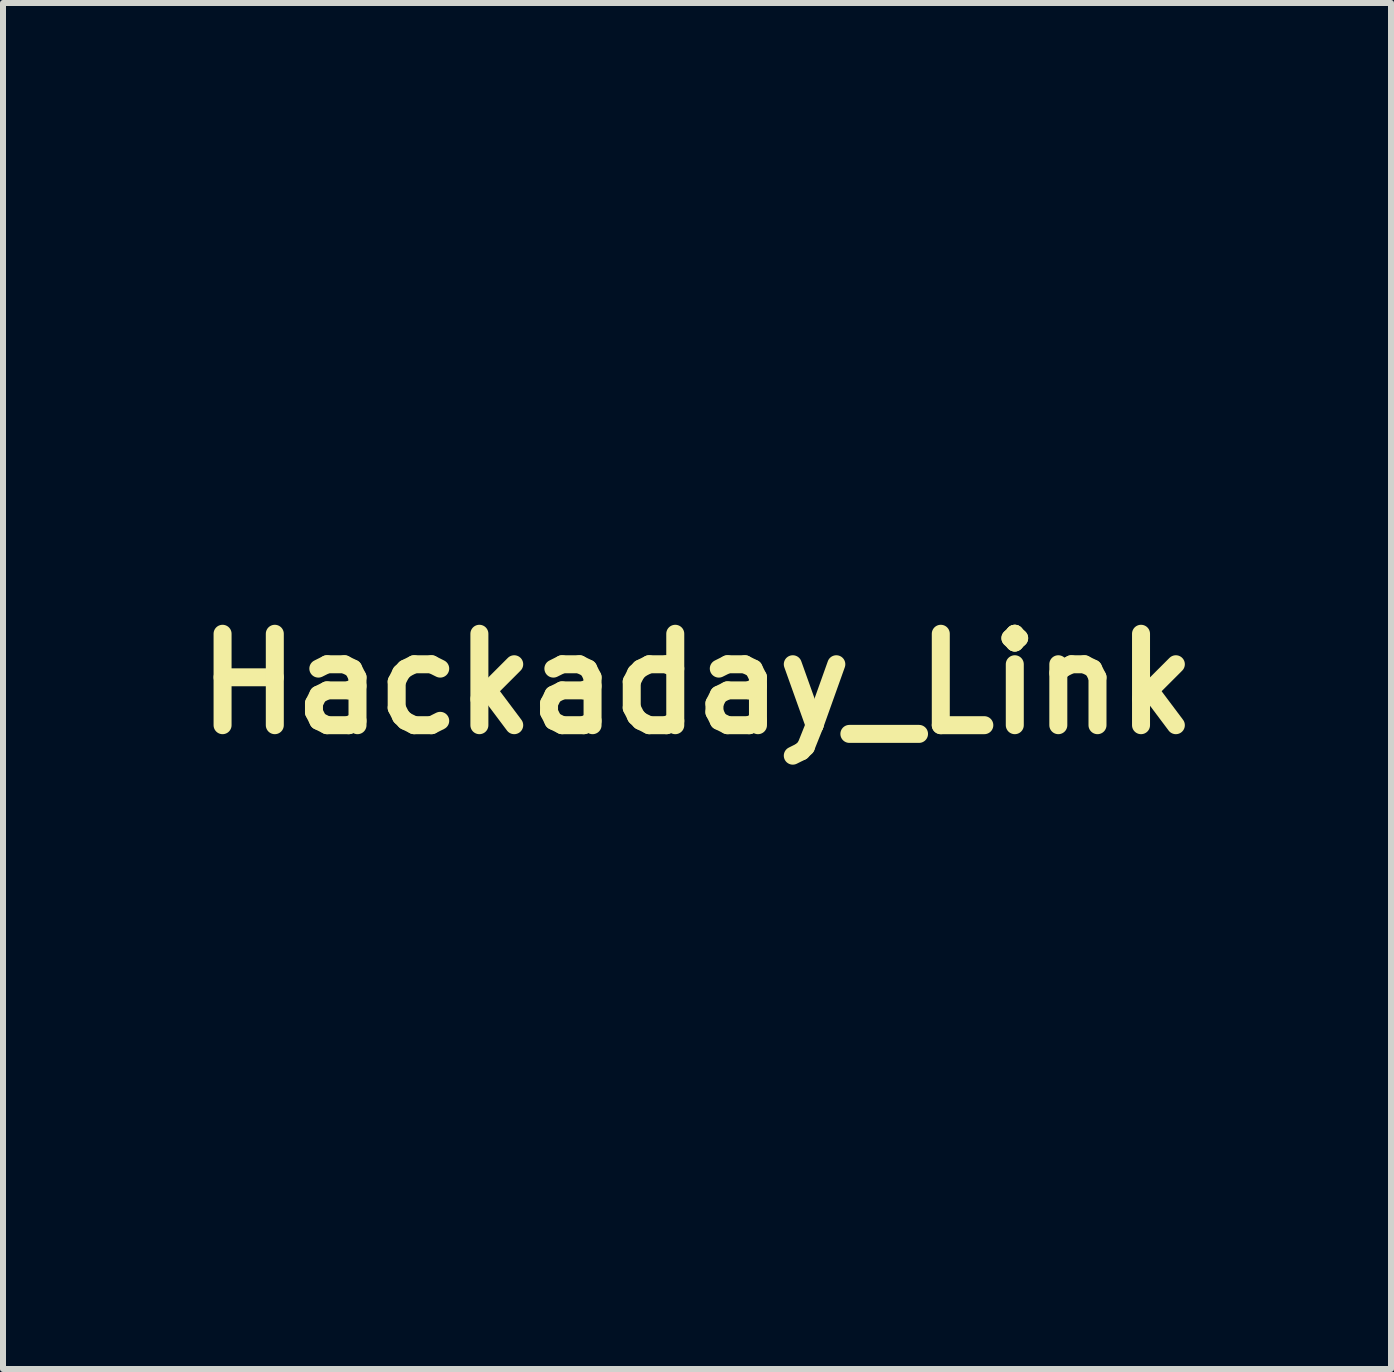
<source format=kicad_pcb>
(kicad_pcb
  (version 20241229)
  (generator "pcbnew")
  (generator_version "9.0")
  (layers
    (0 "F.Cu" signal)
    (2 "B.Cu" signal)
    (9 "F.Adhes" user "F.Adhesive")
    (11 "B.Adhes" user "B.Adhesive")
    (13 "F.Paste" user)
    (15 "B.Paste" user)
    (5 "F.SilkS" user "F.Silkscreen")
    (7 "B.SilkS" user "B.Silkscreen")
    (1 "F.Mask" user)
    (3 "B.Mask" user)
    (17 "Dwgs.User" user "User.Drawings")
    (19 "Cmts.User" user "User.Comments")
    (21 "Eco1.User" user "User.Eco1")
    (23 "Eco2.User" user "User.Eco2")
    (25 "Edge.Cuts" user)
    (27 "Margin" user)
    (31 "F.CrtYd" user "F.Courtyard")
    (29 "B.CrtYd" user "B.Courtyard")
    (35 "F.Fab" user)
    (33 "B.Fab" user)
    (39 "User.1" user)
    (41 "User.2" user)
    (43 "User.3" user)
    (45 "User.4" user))
  (footprint "Hackaday_Link"
    (layer "F.Cu")
    (at 8.571 8.351)
    (property "Reference" "Hackaday_Link" (at 0 0 0) (layer "F.SilkS") (effects (font (size 1.524 1.524) (thickness 0.3))))
    (attr through_hole)
    (fp_poly (pts (xy -2.333 2.842) (xy -2.264 2.905) (xy -2.25 3.065) (xy -2.25 3.084) (xy -2.261 3.255) (xy -2.324 3.324) (xy -2.484 3.338) (xy -2.504 3.338) (xy -2.674 3.327) (xy -2.744 3.264) (xy -2.758 3.104) (xy -2.758 3.084) (xy -2.746 2.914) (xy -2.683 2.844) (xy -2.523 2.83) (xy -2.504 2.83) (xy -2.333 2.842)) (stroke (width 0.01) (type solid)) (fill yes) (layer "F.Mask"))
    (fp_poly (pts (xy -1.317 0.302) (xy -1.248 0.365) (xy -1.234 0.525) (xy -1.234 0.544) (xy -1.245 0.715) (xy -1.308 0.784) (xy -1.468 0.798) (xy -1.488 0.798) (xy -1.658 0.787) (xy -1.728 0.724) (xy -1.742 0.564) (xy -1.742 0.544) (xy -1.73 0.374) (xy -1.667 0.304) (xy -1.507 0.29) (xy -1.488 0.29) (xy -1.317 0.302)) (stroke (width 0.01) (type solid)) (fill yes) (layer "F.Mask"))
    (fp_poly (pts (xy 4.862 0.544) (xy 4.851 0.715) (xy 4.788 0.784) (xy 4.628 0.798) (xy 4.608 0.798) (xy 4.354 0.798) (xy 4.354 2.83) (xy 3.846 2.83) (xy 3.846 1.814) (xy 3.592 1.814) (xy 3.422 1.803) (xy 3.352 1.74) (xy 3.338 1.58) (xy 3.338 1.56) (xy 3.35 1.39) (xy 3.413 1.32) (xy 3.573 1.306) (xy 3.592 1.306) (xy 3.846 1.306) (xy 3.846 0.29) (xy 4.862 0.29) (xy 4.862 0.544)) (stroke (width 0.01) (type solid)) (fill yes) (layer "F.Mask"))
    (fp_poly (pts (xy 4.862 4.862) (xy 3.338 4.862) (xy 3.338 4.1) (xy 3.846 4.1) (xy 3.858 4.271) (xy 3.921 4.34) (xy 4.081 4.354) (xy 4.1 4.354) (xy 4.271 4.343) (xy 4.34 4.28) (xy 4.354 4.12) (xy 4.354 4.1) (xy 4.343 3.93) (xy 4.28 3.86) (xy 4.12 3.846) (xy 4.1 3.846) (xy 3.93 3.858) (xy 3.86 3.921) (xy 3.846 4.081) (xy 3.846 4.1) (xy 3.338 4.1) (xy 3.338 3.338) (xy 4.862 3.338) (xy 4.862 4.862)) (stroke (width 0.01) (type solid)) (fill yes) (layer "F.Mask"))
    (fp_poly (pts (xy 5.287 1.318) (xy 5.356 1.381) (xy 5.37 1.541) (xy 5.37 1.56) (xy 5.382 1.731) (xy 5.445 1.8) (xy 5.605 1.814) (xy 5.624 1.814) (xy 5.878 1.814) (xy 5.878 2.83) (xy 4.862 2.83) (xy 4.862 2.576) (xy 4.878 2.403) (xy 4.94 2.332) (xy 5.018 2.322) (xy 5.186 2.268) (xy 5.263 2.199) (xy 5.307 2.041) (xy 5.237 1.899) (xy 5.083 1.819) (xy 5.026 1.814) (xy 4.915 1.792) (xy 4.869 1.696) (xy 4.862 1.56) (xy 4.874 1.39) (xy 4.937 1.32) (xy 5.097 1.306) (xy 5.116 1.306) (xy 5.287 1.318)) (stroke (width 0.01) (type solid)) (fill yes) (layer "F.Mask"))
    (fp_poly (pts (xy -5.192 -6.784) (xy -4.947 -6.776) (xy -4.785 -6.754) (xy -4.675 -6.714) (xy -4.586 -6.649) (xy -4.519 -6.584) (xy -4.44 -6.502) (xy -4.385 -6.421) (xy -4.35 -6.315) (xy -4.33 -6.157) (xy -4.321 -5.922) (xy -4.318 -5.582) (xy -4.318 -5.351) (xy -4.318 -4.318) (xy -5.261 -4.303) (xy -5.629 -4.302) (xy -5.953 -4.31) (xy -6.202 -4.325) (xy -6.342 -4.346) (xy -6.35 -4.349) (xy -6.507 -4.449) (xy -6.64 -4.571) (xy -6.704 -4.659) (xy -6.747 -4.772) (xy -6.771 -4.94) (xy -6.783 -5.194) (xy -6.785 -5.552) (xy -6.314 -5.552) (xy -6.299 -5.234) (xy -6.242 -5.018) (xy -6.117 -4.885) (xy -5.903 -4.816) (xy -5.578 -4.791) (xy -5.407 -4.79) (xy -4.79 -4.79) (xy -4.79 -5.407) (xy -4.802 -5.785) (xy -4.85 -6.042) (xy -4.955 -6.2) (xy -5.134 -6.282) (xy -5.408 -6.312) (xy -5.552 -6.314) (xy -5.894 -6.294) (xy -6.118 -6.219) (xy -6.247 -6.065) (xy -6.304 -5.81) (xy -6.314 -5.552) (xy -6.785 -5.552) (xy -6.785 -5.558) (xy -6.784 -5.916) (xy -6.775 -6.16) (xy -6.754 -6.321) (xy -6.713 -6.43) (xy -6.647 -6.519) (xy -6.584 -6.584) (xy -6.492 -6.671) (xy -6.4 -6.728) (xy -6.278 -6.762) (xy -6.094 -6.779) (xy -5.819 -6.785) (xy -5.552 -6.785) (xy -5.192 -6.784)) (stroke (width 0.01) (type solid)) (fill yes) (layer "F.Mask"))
    (fp_poly (pts (xy -4.318 5.423) (xy -4.319 5.829) (xy -4.324 6.117) (xy -4.338 6.312) (xy -4.364 6.442) (xy -4.408 6.533) (xy -4.474 6.612) (xy -4.519 6.657) (xy -4.619 6.748) (xy -4.721 6.808) (xy -4.86 6.843) (xy -5.069 6.862) (xy -5.383 6.873) (xy -5.462 6.875) (xy -5.791 6.876) (xy -6.076 6.866) (xy -6.28 6.846) (xy -6.35 6.829) (xy -6.507 6.728) (xy -6.64 6.605) (xy -6.704 6.517) (xy -6.747 6.404) (xy -6.771 6.236) (xy -6.783 5.982) (xy -6.785 5.624) (xy -6.314 5.624) (xy -6.294 5.967) (xy -6.219 6.191) (xy -6.065 6.32) (xy -5.81 6.377) (xy -5.552 6.386) (xy -5.267 6.376) (xy -5.083 6.338) (xy -4.958 6.263) (xy -4.935 6.241) (xy -4.862 6.146) (xy -4.818 6.015) (xy -4.796 5.814) (xy -4.79 5.507) (xy -4.79 5.479) (xy -4.79 4.862) (xy -5.407 4.862) (xy -5.785 4.874) (xy -6.042 4.923) (xy -6.2 5.027) (xy -6.282 5.207) (xy -6.312 5.48) (xy -6.314 5.624) (xy -6.785 5.624) (xy -6.785 5.618) (xy -6.784 5.26) (xy -6.775 5.016) (xy -6.754 4.855) (xy -6.713 4.746) (xy -6.647 4.656) (xy -6.584 4.592) (xy -6.502 4.513) (xy -6.421 4.458) (xy -6.315 4.422) (xy -6.157 4.402) (xy -5.922 4.393) (xy -5.582 4.391) (xy -5.351 4.391) (xy -4.318 4.391) (xy -4.318 5.423)) (stroke (width 0.01) (type solid)) (fill yes) (layer "F.Mask"))
    (fp_poly (pts (xy 5.984 -6.784) (xy 6.229 -6.776) (xy 6.391 -6.754) (xy 6.501 -6.714) (xy 6.59 -6.649) (xy 6.657 -6.584) (xy 6.743 -6.492) (xy 6.801 -6.4) (xy 6.835 -6.278) (xy 6.852 -6.094) (xy 6.857 -5.819) (xy 6.858 -5.552) (xy 6.857 -5.192) (xy 6.848 -4.947) (xy 6.827 -4.785) (xy 6.787 -4.675) (xy 6.721 -4.586) (xy 6.657 -4.519) (xy 6.572 -4.439) (xy 6.487 -4.383) (xy 6.375 -4.346) (xy 6.208 -4.323) (xy 5.959 -4.309) (xy 5.602 -4.298) (xy 5.441 -4.294) (xy 5.029 -4.287) (xy 4.74 -4.289) (xy 4.552 -4.301) (xy 4.444 -4.326) (xy 4.392 -4.365) (xy 4.385 -4.38) (xy 4.371 -4.491) (xy 4.362 -4.716) (xy 4.36 -5.023) (xy 4.365 -5.382) (xy 4.366 -5.407) (xy 4.862 -5.407) (xy 4.862 -4.79) (xy 5.479 -4.79) (xy 5.796 -4.795) (xy 6.003 -4.815) (xy 6.138 -4.857) (xy 6.235 -4.928) (xy 6.241 -4.935) (xy 6.326 -5.053) (xy 6.37 -5.22) (xy 6.386 -5.479) (xy 6.386 -5.552) (xy 6.366 -5.894) (xy 6.291 -6.118) (xy 6.138 -6.247) (xy 5.882 -6.304) (xy 5.624 -6.314) (xy 5.307 -6.299) (xy 5.091 -6.242) (xy 4.958 -6.117) (xy 4.889 -5.903) (xy 4.864 -5.578) (xy 4.862 -5.407) (xy 4.366 -5.407) (xy 4.367 -5.436) (xy 4.378 -5.824) (xy 4.391 -6.095) (xy 4.413 -6.277) (xy 4.449 -6.399) (xy 4.504 -6.489) (xy 4.584 -6.576) (xy 4.592 -6.584) (xy 4.684 -6.671) (xy 4.776 -6.728) (xy 4.899 -6.762) (xy 5.082 -6.779) (xy 5.358 -6.785) (xy 5.624 -6.785) (xy 5.984 -6.784)) (stroke (width 0.01) (type solid)) (fill yes) (layer "F.Mask"))
    (fp_poly (pts (xy 8.418 8.418) (xy -8.346 8.418) (xy -8.346 5.624) (xy -7.33 5.624) (xy -7.326 5.998) (xy -7.311 6.263) (xy -7.28 6.458) (xy -7.227 6.619) (xy -7.163 6.752) (xy -6.996 7.005) (xy -6.788 7.187) (xy -6.517 7.308) (xy -6.157 7.376) (xy -5.684 7.401) (xy -5.552 7.402) (xy -5.178 7.399) (xy -4.913 7.384) (xy -4.718 7.353) (xy -4.557 7.299) (xy -4.424 7.235) (xy -4.327 7.161) (xy -3.211 7.161) (xy -3.167 7.272) (xy -3.048 7.347) (xy -2.831 7.394) (xy -2.561 7.414) (xy -2.282 7.406) (xy -2.039 7.37) (xy -1.877 7.306) (xy -1.849 7.279) (xy -1.797 7.135) (xy -1.84 7.025) (xy -1.959 6.95) (xy -2.177 6.902) (xy -2.447 6.882) (xy -2.726 6.89) (xy -2.969 6.926) (xy -3.131 6.991) (xy -3.159 7.018) (xy -3.211 7.161) (xy -4.327 7.161) (xy -4.111 6.997) (xy -3.941 6.752) (xy -3.881 6.629) (xy -3.837 6.507) (xy -3.807 6.359) (xy -3.788 6.161) (xy -3.778 5.887) (xy -3.774 5.513) (xy -3.774 5.37) (xy -3.266 5.37) (xy -3.266 6.386) (xy -1.742 6.386) (xy -1.742 6.132) (xy -1.73 5.962) (xy -1.667 5.892) (xy -1.507 5.878) (xy -1.488 5.878) (xy -1.317 5.89) (xy -1.248 5.953) (xy -1.234 6.113) (xy -1.234 6.132) (xy -1.248 6.305) (xy -1.31 6.376) (xy -1.398 6.386) (xy -1.572 6.439) (xy -1.669 6.568) (xy -1.661 6.726) (xy -1.635 6.771) (xy -1.491 6.873) (xy -1.389 6.894) (xy -1.283 6.919) (xy -1.24 7.021) (xy -1.234 7.148) (xy -1.234 7.402) (xy -0.824 7.402) (xy -0.552 7.387) (xy -0.389 7.337) (xy -0.325 7.279) (xy -0.281 7.121) (xy -0.351 6.979) (xy -0.505 6.899) (xy -0.562 6.894) (xy -0.673 6.872) (xy -0.719 6.776) (xy -0.726 6.64) (xy -0.721 6.583) (xy 0.786 6.583) (xy 0.794 6.862) (xy 0.83 7.105) (xy 0.895 7.267) (xy 0.922 7.295) (xy 1.065 7.347) (xy 1.176 7.304) (xy 1.243 7.237) (xy 1.283 7.118) (xy 1.302 6.915) (xy 1.306 6.649) (xy 1.3 6.341) (xy 1.276 6.145) (xy 1.228 6.031) (xy 1.183 5.985) (xy 1.039 5.933) (xy 0.929 5.977) (xy 0.854 6.096) (xy 0.806 6.313) (xy 0.786 6.583) (xy -0.721 6.583) (xy -0.71 6.467) (xy -0.648 6.396) (xy -0.57 6.386) (xy -0.402 6.332) (xy -0.325 6.263) (xy -0.281 6.105) (xy -0.351 5.963) (xy -0.505 5.883) (xy -0.562 5.878) (xy -0.648 5.868) (xy -0.697 5.818) (xy -0.719 5.695) (xy -0.726 5.468) (xy -0.726 5.37) (xy -0.726 5.272) (xy 0.29 5.272) (xy 0.305 5.544) (xy 0.356 5.707) (xy 0.414 5.771) (xy 0.572 5.815) (xy 0.714 5.745) (xy 0.793 5.591) (xy 0.798 5.534) (xy 0.821 5.423) (xy 0.916 5.377) (xy 1.052 5.37) (xy 1.223 5.382) (xy 1.292 5.445) (xy 1.306 5.605) (xy 1.306 5.624) (xy 1.306 5.878) (xy 2.322 5.878) (xy 2.322 4.354) (xy 2.83 4.354) (xy 2.83 5.37) (xy 3.084 5.37) (xy 3.255 5.382) (xy 3.324 5.445) (xy 3.338 5.605) (xy 3.338 5.624) (xy 3.327 5.795) (xy 3.264 5.864) (xy 3.104 5.878) (xy 3.084 5.878) (xy 2.83 5.878) (xy 2.83 7.402) (xy 3.846 7.402) (xy 3.846 7.148) (xy 3.852 7.077) (xy 4.429 7.077) (xy 4.435 7.238) (xy 4.453 7.272) (xy 4.54 7.351) (xy 4.697 7.391) (xy 4.952 7.402) (xy 5.37 7.402) (xy 5.37 7.148) (xy 5.385 6.975) (xy 5.446 6.905) (xy 5.534 6.894) (xy 5.708 6.841) (xy 5.72 6.825) (xy 6.383 6.825) (xy 6.394 7.052) (xy 6.457 7.236) (xy 6.51 7.295) (xy 6.67 7.352) (xy 6.798 7.28) (xy 6.876 7.095) (xy 6.894 6.903) (xy 6.86 6.64) (xy 6.765 6.481) (xy 6.624 6.442) (xy 6.517 6.485) (xy 6.424 6.617) (xy 6.383 6.825) (xy 5.72 6.825) (xy 5.805 6.712) (xy 5.797 6.554) (xy 5.771 6.51) (xy 5.664 6.431) (xy 5.469 6.393) (xy 5.272 6.386) (xy 4.862 6.386) (xy 4.862 6.64) (xy 4.847 6.814) (xy 4.785 6.885) (xy 4.707 6.894) (xy 4.53 6.948) (xy 4.429 7.077) (xy 3.852 7.077) (xy 3.861 6.975) (xy 3.922 6.905) (xy 4.01 6.894) (xy 4.184 6.841) (xy 4.281 6.712) (xy 4.273 6.554) (xy 4.247 6.51) (xy 4.104 6.408) (xy 4.002 6.386) (xy 3.92 6.375) (xy 3.874 6.32) (xy 3.852 6.189) (xy 3.846 5.952) (xy 3.846 5.878) (xy 3.846 5.37) (xy 4.354 5.37) (xy 4.354 5.78) (xy 4.369 6.052) (xy 4.42 6.215) (xy 4.478 6.279) (xy 4.636 6.323) (xy 4.778 6.253) (xy 4.84 6.132) (xy 5.878 6.132) (xy 5.89 6.303) (xy 5.953 6.372) (xy 6.113 6.386) (xy 6.132 6.386) (xy 6.303 6.375) (xy 6.372 6.312) (xy 6.386 6.152) (xy 6.386 6.132) (xy 6.375 5.962) (xy 6.312 5.892) (xy 6.152 5.878) (xy 6.132 5.878) (xy 5.962 5.89) (xy 5.892 5.953) (xy 5.878 6.113) (xy 5.878 6.132) (xy 4.84 6.132) (xy 4.857 6.099) (xy 4.862 6.042) (xy 4.875 5.95) (xy 4.935 5.901) (xy 5.077 5.881) (xy 5.28 5.878) (xy 5.542 5.867) (xy 5.696 5.825) (xy 5.714 5.809) (xy 6.891 5.809) (xy 6.902 6.036) (xy 6.965 6.22) (xy 7.018 6.279) (xy 7.178 6.336) (xy 7.306 6.264) (xy 7.384 6.079) (xy 7.402 5.887) (xy 7.368 5.624) (xy 7.273 5.465) (xy 7.132 5.426) (xy 7.025 5.469) (xy 6.932 5.601) (xy 6.891 5.809) (xy 5.714 5.809) (xy 5.78 5.748) (xy 5.812 5.586) (xy 5.731 5.446) (xy 5.567 5.373) (xy 5.526 5.37) (xy 5.419 5.345) (xy 5.376 5.244) (xy 5.371 5.136) (xy 5.935 5.136) (xy 5.977 5.24) (xy 6.09 5.331) (xy 6.298 5.368) (xy 6.386 5.37) (xy 6.63 5.348) (xy 6.769 5.275) (xy 6.796 5.24) (xy 6.838 5.076) (xy 6.753 4.95) (xy 6.555 4.876) (xy 6.386 4.862) (xy 6.128 4.897) (xy 5.972 4.993) (xy 5.935 5.136) (xy 5.371 5.136) (xy 5.37 5.116) (xy 5.382 4.946) (xy 5.445 4.876) (xy 5.605 4.862) (xy 5.624 4.862) (xy 5.878 4.862) (xy 5.878 3.846) (xy 6.132 3.846) (xy 6.306 3.862) (xy 6.377 3.924) (xy 6.386 4.002) (xy 6.441 4.17) (xy 6.51 4.247) (xy 6.668 4.291) (xy 6.81 4.221) (xy 6.889 4.067) (xy 6.894 4.01) (xy 6.934 3.879) (xy 7.05 3.846) (xy 7.227 3.793) (xy 7.327 3.663) (xy 7.321 3.502) (xy 7.304 3.469) (xy 7.217 3.389) (xy 7.06 3.349) (xy 6.804 3.338) (xy 6.386 3.338) (xy 6.386 1.814) (xy 6.894 1.814) (xy 6.894 0.29) (xy 7.402 0.29) (xy 7.402 -0.726) (xy 6.386 -0.726) (xy 6.386 -1.234) (xy 5.977 -1.234) (xy 5.705 -1.219) (xy 5.542 -1.168) (xy 5.477 -1.11) (xy 5.434 -0.952) (xy 5.503 -0.81) (xy 5.658 -0.731) (xy 5.714 -0.726) (xy 5.8 -0.716) (xy 5.849 -0.665) (xy 5.872 -0.542) (xy 5.878 -0.315) (xy 5.878 -0.218) (xy 5.878 0.29) (xy 6.386 0.29) (xy 6.386 1.306) (xy 6.132 1.306) (xy 5.962 1.295) (xy 5.892 1.232) (xy 5.878 1.072) (xy 5.878 1.052) (xy 5.867 0.882) (xy 5.804 0.812) (xy 5.644 0.798) (xy 5.624 0.798) (xy 5.37 0.798) (xy 5.37 -0.218) (xy 4.862 -0.218) (xy 4.596 -0.221) (xy 4.444 -0.238) (xy 4.374 -0.278) (xy 4.355 -0.35) (xy 4.354 -0.373) (xy 4.3 -0.541) (xy 4.231 -0.619) (xy 4.073 -0.662) (xy 3.931 -0.593) (xy 3.851 -0.438) (xy 3.846 -0.382) (xy 3.824 -0.27) (xy 3.728 -0.225) (xy 3.592 -0.218) (xy 3.422 -0.229) (xy 3.352 -0.292) (xy 3.338 -0.452) (xy 3.338 -0.472) (xy 3.327 -0.642) (xy 3.264 -0.712) (xy 3.104 -0.726) (xy 3.084 -0.726) (xy 2.911 -0.741) (xy 2.84 -0.803) (xy 2.83 -0.881) (xy 2.777 -1.058) (xy 2.647 -1.159) (xy 2.486 -1.153) (xy 2.453 -1.135) (xy 2.398 -1.085) (xy 2.361 -1) (xy 2.338 -0.853) (xy 2.327 -0.62) (xy 2.323 -0.275) (xy 2.322 -0.128) (xy 2.322 0.798) (xy 1.814 0.798) (xy 1.814 1.208) (xy 1.829 1.48) (xy 1.88 1.643) (xy 1.938 1.707) (xy 2.096 1.751) (xy 2.238 1.681) (xy 2.317 1.527) (xy 2.322 1.47) (xy 2.345 1.359) (xy 2.44 1.313) (xy 2.576 1.306) (xy 2.83 1.306) (xy 2.83 3.846) (xy 2.576 3.846) (xy 2.406 3.835) (xy 2.336 3.772) (xy 2.322 3.612) (xy 2.322 3.592) (xy 2.311 3.422) (xy 2.248 3.352) (xy 2.088 3.338) (xy 2.068 3.338) (xy 1.814 3.338) (xy 1.814 2.929) (xy 1.786 2.62) (xy 1.704 2.432) (xy 1.574 2.372) (xy 1.437 2.421) (xy 1.374 2.481) (xy 1.335 2.587) (xy 1.314 2.767) (xy 1.307 3.053) (xy 1.306 3.174) (xy 1.306 3.846) (xy 1.814 3.846) (xy 1.814 4.862) (xy 0.29 4.862) (xy 0.29 5.272) (xy -0.726 5.272) (xy -0.726 4.862) (xy 0.29 4.862) (xy 0.29 4.444) (xy 0.279 4.183) (xy 0.237 4.028) (xy 0.16 3.945) (xy -0.002 3.913) (xy -0.142 3.994) (xy -0.215 4.157) (xy -0.218 4.199) (xy -0.229 4.28) (xy -0.284 4.327) (xy -0.415 4.348) (xy -0.652 4.354) (xy -0.726 4.354) (xy -1.234 4.354) (xy -1.234 4.862) (xy -2.25 4.862) (xy -2.25 5.37) (xy -3.266 5.37) (xy -3.774 5.37) (xy -3.774 5.141) (xy -3.774 3.846) (xy -5.069 3.846) (xy -5.537 3.847) (xy -5.886 3.853) (xy -6.14 3.864) (xy -6.324 3.885) (xy -6.464 3.918) (xy -6.584 3.966) (xy -6.679 4.013) (xy -6.933 4.18) (xy -7.115 4.388) (xy -7.235 4.659) (xy -7.303 5.019) (xy -7.329 5.492) (xy -7.33 5.624) (xy -8.346 5.624) (xy -8.346 3.07) (xy -6.772 3.07) (xy -6.723 3.208) (xy -6.663 3.271) (xy -6.557 3.31) (xy -6.377 3.331) (xy -6.091 3.338) (xy -5.97 3.338) (xy -5.298 3.338) (xy -5.298 3.084) (xy -5.297 3.07) (xy -4.232 3.07) (xy -4.183 3.208) (xy -4.096 3.287) (xy -3.939 3.327) (xy -3.684 3.338) (xy -3.266 3.338) (xy -3.266 4.862) (xy -2.856 4.862) (xy -2.584 4.847) (xy -2.421 4.797) (xy -2.357 4.739) (xy -2.313 4.581) (xy -2.383 4.439) (xy -2.537 4.359) (xy -2.594 4.354) (xy -2.705 4.332) (xy -2.751 4.236) (xy -2.758 4.1) (xy -2.746 3.93) (xy -2.683 3.86) (xy -2.523 3.846) (xy -2.504 3.846) (xy -2.33 3.862) (xy -2.259 3.924) (xy -2.25 4.002) (xy -2.196 4.179) (xy -2.067 4.279) (xy -1.906 4.273) (xy -1.872 4.256) (xy -1.818 4.206) (xy -1.781 4.12) (xy -1.758 3.973) (xy -1.746 3.74) (xy -1.742 3.396) (xy -1.742 3.248) (xy -1.742 2.322) (xy -1.234 2.322) (xy -1.234 3.338) (xy 0.29 3.338) (xy 0.29 3.084) (xy 0.302 2.914) (xy 0.365 2.844) (xy 0.525 2.83) (xy 0.544 2.83) (xy 0.715 2.819) (xy 0.784 2.756) (xy 0.798 2.596) (xy 0.798 2.576) (xy 0.81 2.406) (xy 0.873 2.336) (xy 1.033 2.322) (xy 1.052 2.322) (xy 1.306 2.322) (xy 1.306 1.659) (xy 1.301 1.329) (xy 1.283 1.113) (xy 1.247 0.984) (xy 1.188 0.91) (xy 1.183 0.905) (xy 1.025 0.862) (xy 0.883 0.931) (xy 0.803 1.086) (xy 0.798 1.142) (xy 0.776 1.254) (xy 0.68 1.299) (xy 0.544 1.306) (xy 0.29 1.306) (xy 0.29 0.888) (xy 0.279 0.627) (xy 0.237 0.472) (xy 0.16 0.389) (xy 0.012 0.347) (xy -0.094 0.397) (xy -0.155 0.468) (xy -0.193 0.593) (xy -0.212 0.801) (xy -0.218 1.121) (xy -0.218 1.151) (xy -0.218 1.814) (xy -0.472 1.814) (xy -0.642 1.826) (xy -0.712 1.889) (xy -0.726 2.049) (xy -0.726 2.068) (xy -0.737 2.239) (xy -0.8 2.308) (xy -0.96 2.322) (xy -0.98 2.322) (xy -1.234 2.322) (xy -1.742 2.322) (xy -2.758 2.322) (xy -2.758 2.068) (xy -2.769 1.898) (xy -2.832 1.828) (xy -2.992 1.814) (xy -3.012 1.814) (xy -3.266 1.814) (xy -3.266 0.798) (xy -3.675 0.798) (xy -3.947 0.813) (xy -4.11 0.864) (xy -4.175 0.922) (xy -4.218 1.08) (xy -4.149 1.222) (xy -3.994 1.301) (xy -3.938 1.306) (xy -3.826 1.329) (xy -3.781 1.424) (xy -3.774 1.56) (xy -3.788 1.733) (xy -3.85 1.804) (xy -3.938 1.814) (xy -4.112 1.867) (xy -4.209 1.996) (xy -4.201 2.154) (xy -4.175 2.199) (xy -4.067 2.278) (xy -3.872 2.316) (xy -3.675 2.322) (xy -3.266 2.322) (xy -3.266 2.83) (xy -3.675 2.83) (xy -3.984 2.859) (xy -4.172 2.94) (xy -4.232 3.07) (xy -5.297 3.07) (xy -5.283 2.911) (xy -5.222 2.841) (xy -5.134 2.83) (xy -4.96 2.777) (xy -4.863 2.648) (xy -4.871 2.49) (xy -4.897 2.446) (xy -5.04 2.344) (xy -5.142 2.322) (xy -5.249 2.297) (xy -5.292 2.196) (xy -5.298 2.068) (xy -5.283 1.895) (xy -5.222 1.825) (xy -5.134 1.814) (xy -4.96 1.761) (xy -4.863 1.632) (xy -4.871 1.474) (xy -4.897 1.43) (xy -5.04 1.328) (xy -5.142 1.306) (xy -5.267 1.264) (xy -5.298 1.142) (xy -5.351 0.968) (xy -5.48 0.871) (xy -5.638 0.879) (xy -5.682 0.905) (xy -5.761 1.013) (xy -5.799 1.208) (xy -5.806 1.405) (xy -5.811 1.638) (xy -5.835 1.76) (xy -5.893 1.808) (xy -5.97 1.814) (xy -6.144 1.867) (xy -6.241 1.996) (xy -6.233 2.154) (xy -6.207 2.199) (xy -6.063 2.301) (xy -5.961 2.322) (xy -5.855 2.347) (xy -5.812 2.449) (xy -5.806 2.576) (xy -5.806 2.83) (xy -6.215 2.83) (xy -6.524 2.859) (xy -6.712 2.94) (xy -6.772 3.07) (xy -8.346 3.07) (xy -8.346 2.068) (xy -7.33 2.068) (xy -7.318 2.239) (xy -7.255 2.308) (xy -7.095 2.322) (xy -7.076 2.322) (xy -6.905 2.311) (xy -6.836 2.248) (xy -6.822 2.088) (xy -6.822 2.068) (xy -6.81 1.898) (xy -6.747 1.828) (xy -6.587 1.814) (xy -6.568 1.814) (xy -6.397 1.803) (xy -6.328 1.74) (xy -6.314 1.58) (xy -6.314 1.56) (xy -6.325 1.39) (xy -6.388 1.32) (xy -6.548 1.306) (xy -6.568 1.306) (xy -6.738 1.318) (xy -6.808 1.381) (xy -6.822 1.541) (xy -6.822 1.56) (xy -6.833 1.731) (xy -6.896 1.8) (xy -7.056 1.814) (xy -7.076 1.814) (xy -7.246 1.826) (xy -7.316 1.889) (xy -7.33 2.049) (xy -7.33 2.068) (xy -8.346 2.068) (xy -8.346 -0.726) (xy -7.33 -0.726) (xy -7.33 -0.062) (xy -7.325 0.268) (xy -7.307 0.483) (xy -7.271 0.613) (xy -7.212 0.687) (xy -7.206 0.691) (xy -7.048 0.735) (xy -6.906 0.665) (xy -6.844 0.544) (xy -5.298 0.544) (xy -5.286 0.715) (xy -5.223 0.784) (xy -5.063 0.798) (xy -5.044 0.798) (xy -4.873 0.787) (xy -4.804 0.724) (xy -4.79 0.564) (xy -4.79 0.544) (xy -4.801 0.374) (xy -4.864 0.304) (xy -5.024 0.29) (xy -5.044 0.29) (xy -5.214 0.302) (xy -5.284 0.365) (xy -5.298 0.525) (xy -5.298 0.544) (xy -6.844 0.544) (xy -6.827 0.511) (xy -6.822 0.454) (xy -6.812 0.368) (xy -6.761 0.319) (xy -6.638 0.297) (xy -6.411 0.29) (xy -6.314 0.29) (xy -5.806 0.29) (xy -5.806 0.036) (xy -4.282 0.036) (xy -4.27 0.207) (xy -4.207 0.276) (xy -4.047 0.29) (xy -4.028 0.29) (xy -3.857 0.279) (xy -3.788 0.216) (xy -3.774 0.064) (xy -3.202 0.064) (xy -3.133 0.206) (xy -2.978 0.285) (xy -2.922 0.29) (xy -2.836 0.3) (xy -2.787 0.351) (xy -2.764 0.474) (xy -2.758 0.701) (xy -2.758 0.798) (xy -2.758 1.306) (xy -2.504 1.306) (xy -2.33 1.322) (xy -2.259 1.384) (xy -2.25 1.462) (xy -2.195 1.63) (xy -2.126 1.707) (xy -1.968 1.751) (xy -1.826 1.681) (xy -1.747 1.527) (xy -1.742 1.47) (xy -1.719 1.359) (xy -1.624 1.313) (xy -1.488 1.306) (xy -1.314 1.322) (xy -1.243 1.384) (xy -1.234 1.462) (xy -1.18 1.639) (xy -1.051 1.739) (xy -0.89 1.733) (xy -0.856 1.716) (xy -0.793 1.655) (xy -0.754 1.55) (xy -0.733 1.369) (xy -0.726 1.083) (xy -0.726 0.962) (xy -0.724 0.648) (xy -0.714 0.45) (xy -0.69 0.344) (xy -0.644 0.299) (xy -0.57 0.29) (xy -0.562 0.29) (xy -0.388 0.237) (xy -0.291 0.108) (xy -0.299 -0.05) (xy -0.325 -0.094) (xy -0.468 -0.196) (xy -0.57 -0.218) (xy -0.677 -0.243) (xy -0.72 -0.344) (xy -0.726 -0.472) (xy -0.737 -0.642) (xy -0.8 -0.712) (xy -0.96 -0.726) (xy -0.98 -0.726) (xy -1.234 -0.726) (xy -1.234 -1.234) (xy -0.218 -1.234) (xy -0.218 -0.218) (xy 0.798 -0.218) (xy 0.798 -0.472) (xy 0.81 -0.642) (xy 0.873 -0.712) (xy 1.033 -0.726) (xy 1.052 -0.726) (xy 1.223 -0.714) (xy 1.292 -0.651) (xy 1.306 -0.491) (xy 1.306 -0.472) (xy 1.291 -0.298) (xy 1.229 -0.227) (xy 1.151 -0.218) (xy 0.974 -0.164) (xy 0.873 -0.035) (xy 0.879 0.126) (xy 0.897 0.16) (xy 0.984 0.239) (xy 1.141 0.279) (xy 1.396 0.29) (xy 1.814 0.29) (xy 1.814 -1.234) (xy 1.56 -1.234) (xy 1.387 -1.248) (xy 1.317 -1.31) (xy 1.306 -1.398) (xy 1.253 -1.572) (xy 1.124 -1.669) (xy 0.966 -1.661) (xy 0.922 -1.635) (xy 0.82 -1.491) (xy 0.798 -1.389) (xy 0.787 -1.308) (xy 0.732 -1.261) (xy 0.601 -1.24) (xy 0.364 -1.234) (xy 0.29 -1.234) (xy -0.218 -1.234) (xy -1.234 -1.234) (xy -1.234 -1.742) (xy -0.218 -1.742) (xy -0.218 -2.25) (xy 0.798 -2.25) (xy 0.798 -2.758) (xy 1.814 -2.758) (xy 1.814 -2.504) (xy 1.799 -2.33) (xy 1.737 -2.259) (xy 1.659 -2.25) (xy 1.491 -2.195) (xy 1.413 -2.126) (xy 1.37 -1.968) (xy 1.439 -1.826) (xy 1.594 -1.747) (xy 1.65 -1.742) (xy 1.782 -1.702) (xy 1.814 -1.586) (xy 1.868 -1.409) (xy 1.997 -1.309) (xy 2.158 -1.315) (xy 2.192 -1.332) (xy 2.271 -1.419) (xy 2.285 -1.475) (xy 2.885 -1.475) (xy 2.929 -1.364) (xy 3.048 -1.289) (xy 3.265 -1.242) (xy 3.535 -1.222) (xy 3.814 -1.23) (xy 4.057 -1.266) (xy 4.219 -1.33) (xy 4.247 -1.357) (xy 4.299 -1.501) (xy 4.256 -1.611) (xy 4.137 -1.686) (xy 3.919 -1.734) (xy 3.649 -1.754) (xy 3.37 -1.746) (xy 3.127 -1.71) (xy 2.965 -1.645) (xy 2.937 -1.618) (xy 2.885 -1.475) (xy 2.285 -1.475) (xy 2.311 -1.576) (xy 2.322 -1.832) (xy 2.322 -2.25) (xy 4.862 -2.25) (xy 4.862 -1.832) (xy 4.874 -1.57) (xy 4.915 -1.416) (xy 4.993 -1.332) (xy 5.14 -1.29) (xy 5.247 -1.341) (xy 5.308 -1.412) (xy 5.331 -1.488) (xy 6.894 -1.488) (xy 6.906 -1.317) (xy 6.969 -1.248) (xy 7.129 -1.234) (xy 7.148 -1.234) (xy 7.319 -1.245) (xy 7.388 -1.308) (xy 7.402 -1.468) (xy 7.402 -1.488) (xy 7.391 -1.658) (xy 7.328 -1.728) (xy 7.168 -1.742) (xy 7.148 -1.742) (xy 6.978 -1.73) (xy 6.908 -1.667) (xy 6.894 -1.507) (xy 6.894 -1.488) (xy 5.331 -1.488) (xy 5.345 -1.536) (xy 5.365 -1.744) (xy 5.369 -1.976) (xy 5.935 -1.976) (xy 5.977 -1.872) (xy 6.09 -1.781) (xy 6.298 -1.744) (xy 6.386 -1.742) (xy 6.63 -1.764) (xy 6.769 -1.837) (xy 6.796 -1.872) (xy 6.838 -2.036) (xy 6.753 -2.162) (xy 6.555 -2.236) (xy 6.386 -2.25) (xy 6.128 -2.215) (xy 5.972 -2.119) (xy 5.935 -1.976) (xy 5.369 -1.976) (xy 5.37 -2.065) (xy 5.37 -2.094) (xy 5.37 -2.758) (xy 4.862 -2.758) (xy 4.596 -2.761) (xy 4.444 -2.778) (xy 4.374 -2.818) (xy 4.355 -2.89) (xy 4.354 -2.913) (xy 4.322 -3.012) (xy 5.37 -3.012) (xy 5.37 -2.758) (xy 5.624 -2.758) (xy 5.795 -2.769) (xy 5.864 -2.832) (xy 5.878 -2.984) (xy 6.45 -2.984) (xy 6.519 -2.842) (xy 6.674 -2.763) (xy 6.73 -2.758) (xy 6.862 -2.718) (xy 6.894 -2.602) (xy 6.948 -2.425) (xy 7.077 -2.325) (xy 7.238 -2.331) (xy 7.272 -2.348) (xy 7.351 -2.435) (xy 7.391 -2.592) (xy 7.402 -2.848) (xy 7.402 -3.266) (xy 6.993 -3.266) (xy 6.721 -3.251) (xy 6.558 -3.2) (xy 6.493 -3.142) (xy 6.45 -2.984) (xy 5.878 -2.984) (xy 5.878 -2.992) (xy 5.878 -3.012) (xy 5.867 -3.182) (xy 5.804 -3.252) (xy 5.644 -3.266) (xy 5.624 -3.266) (xy 5.454 -3.254) (xy 5.384 -3.191) (xy 5.37 -3.031) (xy 5.37 -3.012) (xy 4.322 -3.012) (xy 4.3 -3.081) (xy 4.231 -3.159) (xy 4.073 -3.202) (xy 3.931 -3.133) (xy 3.851 -2.978) (xy 3.846 -2.922) (xy 3.824 -2.81) (xy 3.728 -2.765) (xy 3.592 -2.758) (xy 3.338 -2.758) (xy 3.338 -3.421) (xy 3.333 -3.751) (xy 3.315 -3.967) (xy 3.279 -4.096) (xy 3.22 -4.17) (xy 3.215 -4.175) (xy 3.071 -4.227) (xy 2.961 -4.183) (xy 2.881 -4.096) (xy 2.841 -3.939) (xy 2.83 -3.684) (xy 2.83 -3.266) (xy 1.814 -3.266) (xy 1.814 -3.52) (xy 1.826 -3.69) (xy 1.889 -3.76) (xy 2.049 -3.774) (xy 2.068 -3.774) (xy 2.239 -3.785) (xy 2.308 -3.848) (xy 2.322 -4.008) (xy 2.322 -4.028) (xy 2.311 -4.198) (xy 2.248 -4.268) (xy 2.088 -4.282) (xy 2.068 -4.282) (xy 1.898 -4.27) (xy 1.828 -4.207) (xy 1.814 -4.047) (xy 1.814 -4.028) (xy 1.803 -3.857) (xy 1.74 -3.788) (xy 1.58 -3.774) (xy 1.56 -3.774) (xy 1.39 -3.785) (xy 1.32 -3.848) (xy 1.306 -4.008) (xy 1.306 -4.028) (xy 1.322 -4.201) (xy 1.384 -4.272) (xy 1.462 -4.282) (xy 1.63 -4.336) (xy 1.707 -4.405) (xy 1.751 -4.563) (xy 1.681 -4.705) (xy 1.527 -4.785) (xy 1.47 -4.79) (xy 1.34 -4.829) (xy 1.332 -4.859) (xy 2.319 -4.859) (xy 2.33 -4.632) (xy 2.393 -4.448) (xy 2.446 -4.389) (xy 2.606 -4.332) (xy 2.734 -4.404) (xy 2.812 -4.589) (xy 2.83 -4.781) (xy 2.796 -5.044) (xy 2.784 -5.065) (xy 3.846 -5.065) (xy 3.846 -3.774) (xy 5.141 -3.774) (xy 5.61 -3.775) (xy 5.959 -3.78) (xy 6.212 -3.792) (xy 6.397 -3.813) (xy 6.536 -3.846) (xy 6.657 -3.893) (xy 6.752 -3.941) (xy 7.005 -4.108) (xy 7.187 -4.315) (xy 7.308 -4.587) (xy 7.376 -4.947) (xy 7.401 -5.419) (xy 7.402 -5.552) (xy 7.385 -6.054) (xy 7.328 -6.439) (xy 7.222 -6.73) (xy 7.055 -6.951) (xy 6.82 -7.125) (xy 6.752 -7.163) (xy 6.591 -7.238) (xy 6.427 -7.287) (xy 6.223 -7.315) (xy 5.941 -7.327) (xy 5.624 -7.33) (xy 5.119 -7.313) (xy 4.732 -7.256) (xy 4.441 -7.15) (xy 4.222 -6.985) (xy 4.051 -6.752) (xy 4.01 -6.676) (xy 3.951 -6.55) (xy 3.908 -6.423) (xy 3.878 -6.269) (xy 3.86 -6.063) (xy 3.851 -5.78) (xy 3.847 -5.393) (xy 3.846 -5.065) (xy 2.784 -5.065) (xy 2.701 -5.203) (xy 2.56 -5.242) (xy 2.453 -5.199) (xy 2.36 -5.067) (xy 2.319 -4.859) (xy 1.332 -4.859) (xy 1.306 -4.954) (xy 1.253 -5.128) (xy 1.124 -5.225) (xy 0.966 -5.217) (xy 0.922 -5.191) (xy 0.82 -5.047) (xy 0.798 -4.945) (xy 0.754 -4.819) (xy 0.643 -4.79) (xy 0.475 -4.735) (xy 0.397 -4.666) (xy 0.354 -4.508) (xy 0.423 -4.366) (xy 0.578 -4.287) (xy 0.634 -4.282) (xy 0.746 -4.259) (xy 0.791 -4.164) (xy 0.798 -4.028) (xy 0.787 -3.857) (xy 0.724 -3.788) (xy 0.564 -3.774) (xy 0.544 -3.774) (xy 0.374 -3.785) (xy 0.304 -3.848) (xy 0.29 -4.008) (xy 0.29 -4.028) (xy 0.279 -4.198) (xy 0.216 -4.268) (xy 0.056 -4.282) (xy 0.036 -4.282) (xy -0.134 -4.293) (xy -0.204 -4.356) (xy -0.218 -4.516) (xy -0.218 -4.536) (xy -0.229 -4.706) (xy -0.292 -4.776) (xy -0.452 -4.79) (xy -0.472 -4.79) (xy -0.642 -4.778) (xy -0.712 -4.715) (xy -0.726 -4.555) (xy -0.726 -4.536) (xy -0.714 -4.365) (xy -0.651 -4.296) (xy -0.491 -4.282) (xy -0.472 -4.282) (xy -0.301 -4.27) (xy -0.232 -4.207) (xy -0.218 -4.047) (xy -0.218 -4.028) (xy -0.206 -3.857) (xy -0.143 -3.788) (xy 0.017 -3.774) (xy 0.036 -3.774) (xy 0.29 -3.774) (xy 0.29 -2.758) (xy 0.036 -2.758) (xy -0.137 -2.773) (xy -0.208 -2.835) (xy -0.218 -2.913) (xy -0.271 -3.09) (xy -0.401 -3.191) (xy -0.562 -3.185) (xy -0.595 -3.167) (xy -0.675 -3.08) (xy -0.715 -2.923) (xy -0.726 -2.668) (xy -0.726 -2.25) (xy -1.742 -2.25) (xy -1.742 -0.726) (xy -1.996 -0.726) (xy -2.166 -0.714) (xy -2.236 -0.651) (xy -2.25 -0.491) (xy -2.25 -0.472) (xy -2.25 -0.218) (xy -2.659 -0.218) (xy -2.931 -0.203) (xy -3.094 -0.152) (xy -3.159 -0.094) (xy -3.202 0.064) (xy -3.774 0.064) (xy -3.774 0.056) (xy -3.774 0.036) (xy -3.785 -0.134) (xy -3.848 -0.204) (xy -4.008 -0.218) (xy -4.028 -0.218) (xy -4.198 -0.206) (xy -4.268 -0.143) (xy -4.282 0.017) (xy -4.282 0.036) (xy -5.806 0.036) (xy -5.79 -0.137) (xy -5.728 -0.208) (xy -5.65 -0.218) (xy -5.473 -0.271) (xy -5.373 -0.401) (xy -5.379 -0.562) (xy -5.396 -0.595) (xy -5.446 -0.65) (xy -5.532 -0.687) (xy -5.679 -0.71) (xy -5.912 -0.721) (xy -6.256 -0.725) (xy -6.404 -0.726) (xy -7.33 -0.726) (xy -8.346 -0.726) (xy -8.346 -0.994) (xy -4.74 -0.994) (xy -4.691 -0.856) (xy -4.604 -0.777) (xy -4.447 -0.737) (xy -4.192 -0.726) (xy -3.955 -0.72) (xy -3.83 -0.696) (xy -3.781 -0.64) (xy -3.774 -0.57) (xy -3.719 -0.402) (xy -3.65 -0.325) (xy -3.492 -0.281) (xy -3.35 -0.351) (xy -3.271 -0.505) (xy -3.266 -0.562) (xy -3.227 -0.692) (xy -3.102 -0.726) (xy -2.928 -0.779) (xy -2.831 -0.908) (xy -2.839 -1.066) (xy -2.865 -1.11) (xy -3.008 -1.212) (xy -3.11 -1.234) (xy -3.237 -1.278) (xy -3.266 -1.389) (xy -3.32 -1.557) (xy -3.389 -1.635) (xy -3.547 -1.678) (xy -3.689 -1.609) (xy -3.769 -1.454) (xy -3.774 -1.398) (xy -3.786 -1.304) (xy -3.848 -1.255) (xy -3.992 -1.236) (xy -4.183 -1.234) (xy -4.492 -1.205) (xy -4.68 -1.124) (xy -4.74 -0.994) (xy -8.346 -0.994) (xy -8.346 -2.25) (xy -7.33 -2.25) (xy -7.33 -1.84) (xy -7.315 -1.568) (xy -7.264 -1.405) (xy -7.206 -1.341) (xy -7.048 -1.297) (xy -6.906 -1.367) (xy -6.854 -1.468) (xy -6.257 -1.468) (xy -6.215 -1.364) (xy -6.102 -1.273) (xy -5.894 -1.236) (xy -5.806 -1.234) (xy -5.562 -1.256) (xy -5.423 -1.329) (xy -5.396 -1.364) (xy -5.354 -1.528) (xy -5.439 -1.654) (xy -5.637 -1.728) (xy -5.806 -1.742) (xy -6.064 -1.707) (xy -6.22 -1.611) (xy -6.257 -1.468) (xy -6.854 -1.468) (xy -6.827 -1.521) (xy -6.822 -1.578) (xy -6.783 -1.708) (xy -6.658 -1.742) (xy -6.484 -1.795) (xy -6.387 -1.924) (xy -6.395 -2.082) (xy -6.421 -2.126) (xy -6.528 -2.205) (xy -6.723 -2.243) (xy -6.92 -2.25) (xy -7.33 -2.25) (xy -8.346 -2.25) (xy -8.346 -3.012) (xy -7.33 -3.012) (xy -7.318 -2.841) (xy -7.255 -2.772) (xy -7.095 -2.758) (xy -7.076 -2.758) (xy -6.905 -2.769) (xy -6.836 -2.832) (xy -6.823 -2.973) (xy -6.247 -2.973) (xy -6.166 -2.833) (xy -6.003 -2.76) (xy -5.961 -2.758) (xy -5.855 -2.733) (xy -5.812 -2.631) (xy -5.806 -2.504) (xy -5.806 -2.25) (xy -4.282 -2.25) (xy -4.282 -1.996) (xy -4.27 -1.825) (xy -4.207 -1.756) (xy -4.047 -1.742) (xy -4.028 -1.742) (xy -3.857 -1.753) (xy -3.788 -1.816) (xy -3.774 -1.976) (xy -3.774 -1.996) (xy -3.266 -1.996) (xy -3.254 -1.825) (xy -3.191 -1.756) (xy -3.031 -1.742) (xy -3.012 -1.742) (xy -2.841 -1.73) (xy -2.772 -1.667) (xy -2.758 -1.507) (xy -2.758 -1.488) (xy -2.746 -1.317) (xy -2.683 -1.248) (xy -2.523 -1.234) (xy -2.504 -1.234) (xy -2.333 -1.245) (xy -2.264 -1.308) (xy -2.25 -1.468) (xy -2.25 -1.488) (xy -2.261 -1.658) (xy -2.324 -1.728) (xy -2.484 -1.742) (xy -2.504 -1.742) (xy -2.674 -1.753) (xy -2.744 -1.816) (xy -2.758 -1.976) (xy -2.758 -1.996) (xy -2.746 -2.166) (xy -2.683 -2.236) (xy -2.523 -2.25) (xy -2.504 -2.25) (xy -2.333 -2.261) (xy -2.264 -2.324) (xy -2.25 -2.484) (xy -2.25 -2.504) (xy -2.261 -2.674) (xy -2.324 -2.744) (xy -2.484 -2.758) (xy -2.504 -2.758) (xy -2.674 -2.746) (xy -2.744 -2.683) (xy -2.758 -2.523) (xy -2.758 -2.504) (xy -2.769 -2.333) (xy -2.832 -2.264) (xy -2.992 -2.25) (xy -3.012 -2.25) (xy -3.182 -2.238) (xy -3.252 -2.175) (xy -3.266 -2.015) (xy -3.266 -1.996) (xy -3.774 -1.996) (xy -3.785 -2.166) (xy -3.848 -2.236) (xy -4.008 -2.25) (xy -4.028 -2.25) (xy -4.198 -2.261) (xy -4.268 -2.324) (xy -4.282 -2.484) (xy -4.282 -2.504) (xy -4.282 -2.758) (xy -3.872 -2.758) (xy -3.563 -2.786) (xy -3.375 -2.868) (xy -3.315 -2.998) (xy -3.364 -3.135) (xy -3.425 -3.198) (xy -3.53 -3.237) (xy -3.711 -3.258) (xy -3.997 -3.265) (xy -4.118 -3.266) (xy -4.79 -3.266) (xy -4.79 -3.012) (xy -4.801 -2.841) (xy -4.864 -2.772) (xy -5.024 -2.758) (xy -5.044 -2.758) (xy -5.214 -2.769) (xy -5.284 -2.832) (xy -5.298 -2.992) (xy -5.298 -3.012) (xy -5.298 -3.266) (xy -5.716 -3.266) (xy -5.977 -3.254) (xy -6.132 -3.213) (xy -6.215 -3.135) (xy -6.247 -2.973) (xy -6.823 -2.973) (xy -6.822 -2.992) (xy -6.822 -3.012) (xy -6.833 -3.182) (xy -6.896 -3.252) (xy -7.056 -3.266) (xy -7.076 -3.266) (xy -7.246 -3.254) (xy -7.316 -3.191) (xy -7.33 -3.031) (xy -7.33 -3.012) (xy -8.346 -3.012) (xy -8.346 -5.548) (xy -7.33 -5.548) (xy -7.313 -5.045) (xy -7.255 -4.661) (xy -7.147 -4.37) (xy -6.98 -4.15) (xy -6.742 -3.975) (xy -6.679 -3.941) (xy -6.557 -3.881) (xy -6.434 -3.837) (xy -6.286 -3.807) (xy -6.088 -3.788) (xy -5.815 -3.778) (xy -5.441 -3.774) (xy -5.069 -3.774) (xy -3.774 -3.774) (xy -3.774 -3.843) (xy -3.269 -3.843) (xy -3.258 -3.616) (xy -3.195 -3.432) (xy -3.142 -3.373) (xy -2.982 -3.316) (xy -2.854 -3.388) (xy -2.776 -3.573) (xy -2.758 -3.765) (xy -2.792 -4.028) (xy -2.887 -4.187) (xy -3.028 -4.226) (xy -3.135 -4.183) (xy -3.228 -4.051) (xy -3.269 -3.843) (xy -3.774 -3.843) (xy -3.774 -4.282) (xy -2.758 -4.282) (xy -2.25 -4.282) (xy -2.25 -3.266) (xy -1.996 -3.266) (xy -1.822 -3.25) (xy -1.751 -3.188) (xy -1.742 -3.11) (xy -1.687 -2.942) (xy -1.618 -2.865) (xy -1.46 -2.821) (xy -1.318 -2.891) (xy -1.239 -3.045) (xy -1.234 -3.102) (xy -1.211 -3.213) (xy -1.116 -3.259) (xy -0.98 -3.266) (xy -0.726 -3.266) (xy -0.726 -3.675) (xy -0.741 -3.947) (xy -0.791 -4.11) (xy -0.849 -4.175) (xy -1.007 -4.218) (xy -1.149 -4.149) (xy -1.229 -3.994) (xy -1.234 -3.938) (xy -1.256 -3.826) (xy -1.352 -3.781) (xy -1.488 -3.774) (xy -1.742 -3.774) (xy -1.742 -4.79) (xy -1.488 -4.79) (xy -1.317 -4.801) (xy -1.248 -4.864) (xy -1.234 -5.024) (xy -1.234 -5.044) (xy -1.218 -5.217) (xy -1.156 -5.288) (xy -1.078 -5.298) (xy -0.901 -5.351) (xy -0.801 -5.481) (xy -0.807 -5.642) (xy -0.824 -5.675) (xy -0.911 -5.755) (xy -1.068 -5.795) (xy -1.324 -5.806) (xy -0.218 -5.806) (xy -0.218 -5.396) (xy -0.203 -5.124) (xy -0.152 -4.961) (xy -0.094 -4.897) (xy 0.064 -4.853) (xy 0.206 -4.923) (xy 0.285 -5.077) (xy 0.29 -5.134) (xy 0.329 -5.264) (xy 0.454 -5.298) (xy 0.628 -5.351) (xy 0.725 -5.48) (xy 0.722 -5.552) (xy 1.306 -5.552) (xy 1.318 -5.381) (xy 1.381 -5.312) (xy 1.541 -5.298) (xy 1.56 -5.298) (xy 1.731 -5.309) (xy 1.8 -5.372) (xy 1.814 -5.532) (xy 1.814 -5.552) (xy 2.83 -5.552) (xy 2.842 -5.381) (xy 2.905 -5.312) (xy 3.065 -5.298) (xy 3.084 -5.298) (xy 3.255 -5.309) (xy 3.324 -5.372) (xy 3.338 -5.532) (xy 3.338 -5.552) (xy 3.327 -5.722) (xy 3.264 -5.792) (xy 3.104 -5.806) (xy 3.084 -5.806) (xy 2.914 -5.794) (xy 2.844 -5.731) (xy 2.83 -5.571) (xy 2.83 -5.552) (xy 1.814 -5.552) (xy 1.803 -5.722) (xy 1.74 -5.792) (xy 1.58 -5.806) (xy 1.56 -5.806) (xy 1.39 -5.794) (xy 1.32 -5.731) (xy 1.306 -5.571) (xy 1.306 -5.552) (xy 0.722 -5.552) (xy 0.717 -5.638) (xy 0.691 -5.682) (xy 0.584 -5.761) (xy 0.389 -5.799) (xy 0.192 -5.806) (xy -0.218 -5.806) (xy -1.324 -5.806) (xy -1.742 -5.806) (xy -1.742 -5.298) (xy -2.758 -5.298) (xy -2.758 -4.282) (xy -3.774 -4.282) (xy -3.774 -5.069) (xy -3.775 -5.537) (xy -3.775 -5.552) (xy -3.266 -5.552) (xy -3.254 -5.381) (xy -3.191 -5.312) (xy -3.031 -5.298) (xy -3.012 -5.298) (xy -2.758 -5.298) (xy -2.758 -5.552) (xy -2.746 -5.722) (xy -2.683 -5.792) (xy -2.523 -5.806) (xy -2.504 -5.806) (xy -2.333 -5.817) (xy -2.264 -5.88) (xy -2.25 -6.04) (xy -2.25 -6.06) (xy -2.261 -6.23) (xy -2.324 -6.3) (xy -2.484 -6.314) (xy -2.504 -6.314) (xy -2.674 -6.302) (xy -2.744 -6.239) (xy -2.758 -6.079) (xy -2.758 -6.06) (xy -2.769 -5.889) (xy -2.832 -5.82) (xy -2.992 -5.806) (xy -3.012 -5.806) (xy -3.182 -5.794) (xy -3.252 -5.731) (xy -3.266 -5.571) (xy -3.266 -5.552) (xy -3.775 -5.552) (xy -3.78 -5.886) (xy -3.792 -6.14) (xy -3.813 -6.324) (xy -3.846 -6.464) (xy -3.893 -6.584) (xy -3.941 -6.679) (xy -4.108 -6.933) (xy -4.315 -7.115) (xy -4.587 -7.235) (xy -4.947 -7.303) (xy -5.419 -7.329) (xy -5.552 -7.33) (xy -3.266 -7.33) (xy -3.266 -6.92) (xy -3.251 -6.648) (xy -3.2 -6.485) (xy -3.142 -6.421) (xy -2.984 -6.377) (xy -2.842 -6.447) (xy -2.78 -6.568) (xy -1.742 -6.568) (xy -1.73 -6.397) (xy -1.667 -6.328) (xy -1.507 -6.314) (xy -1.488 -6.314) (xy -1.317 -6.325) (xy -1.248 -6.388) (xy -1.234 -6.548) (xy -1.234 -6.568) (xy -1.245 -6.738) (xy -1.308 -6.808) (xy -1.468 -6.822) (xy -1.488 -6.822) (xy -1.658 -6.81) (xy -1.728 -6.747) (xy -1.742 -6.587) (xy -1.742 -6.568) (xy -2.78 -6.568) (xy -2.763 -6.601) (xy -2.758 -6.658) (xy -2.719 -6.788) (xy -2.594 -6.822) (xy -2.42 -6.875) (xy -2.323 -7.004) (xy -2.331 -7.162) (xy -2.357 -7.206) (xy -2.464 -7.285) (xy -2.659 -7.323) (xy -2.856 -7.33) (xy -0.726 -7.33) (xy -0.726 -6.92) (xy -0.711 -6.648) (xy -0.66 -6.485) (xy -0.602 -6.421) (xy -0.444 -6.377) (xy -0.433 -6.383) (xy 0.795 -6.383) (xy 0.806 -6.156) (xy 0.869 -5.972) (xy 0.922 -5.913) (xy 1.082 -5.856) (xy 1.21 -5.928) (xy 1.288 -6.113) (xy 1.306 -6.305) (xy 1.272 -6.568) (xy 1.177 -6.727) (xy 1.036 -6.766) (xy 0.929 -6.723) (xy 0.836 -6.591) (xy 0.795 -6.383) (xy -0.433 -6.383) (xy -0.302 -6.447) (xy -0.223 -6.601) (xy -0.218 -6.658) (xy -0.205 -6.75) (xy -0.145 -6.799) (xy -0.003 -6.819) (xy 0.2 -6.822) (xy 0.462 -6.833) (xy 0.616 -6.875) (xy 0.7 -6.952) (xy 0.724 -7.037) (xy 1.373 -7.037) (xy 1.454 -6.897) (xy 1.617 -6.824) (xy 1.659 -6.822) (xy 1.748 -6.807) (xy 1.794 -6.741) (xy 1.812 -6.588) (xy 1.814 -6.412) (xy 1.843 -6.103) (xy 1.924 -5.915) (xy 2.054 -5.855) (xy 2.192 -5.904) (xy 2.271 -5.991) (xy 2.311 -6.148) (xy 2.322 -6.404) (xy 2.322 -6.822) (xy 2.576 -6.822) (xy 2.75 -6.806) (xy 2.821 -6.744) (xy 2.83 -6.666) (xy 2.884 -6.489) (xy 3.013 -6.389) (xy 3.174 -6.395) (xy 3.208 -6.412) (xy 3.287 -6.499) (xy 3.327 -6.656) (xy 3.338 -6.912) (xy 3.338 -7.33) (xy 2.412 -7.33) (xy 2.024 -7.327) (xy 1.756 -7.319) (xy 1.582 -7.3) (xy 1.479 -7.268) (xy 1.419 -7.22) (xy 1.405 -7.199) (xy 1.373 -7.037) (xy 0.724 -7.037) (xy 0.742 -7.1) (xy 0.691 -7.206) (xy 0.62 -7.267) (xy 0.496 -7.305) (xy 0.288 -7.324) (xy -0.033 -7.33) (xy -0.062 -7.33) (xy -0.726 -7.33) (xy -2.856 -7.33) (xy -3.266 -7.33) (xy -5.552 -7.33) (xy -5.926 -7.326) (xy -6.193 -7.311) (xy -6.389 -7.279) (xy -6.552 -7.226) (xy -6.683 -7.163) (xy -6.934 -7) (xy -7.115 -6.794) (xy -7.235 -6.522) (xy -7.303 -6.162) (xy -7.329 -5.689) (xy -7.33 -5.548) (xy -8.346 -5.548) (xy -8.346 -8.346) (xy 8.418 -8.346) (xy 8.418 8.418)) (stroke (width 0.01) (type solid)) (fill yes) (layer "F.Mask")))
  (gr_rect
    (start -3 -3)
    (end 20.141 19.774)
    (stroke (width 0.1) (type default))
    (fill no)
    (layer "Edge.Cuts")))
</source>
